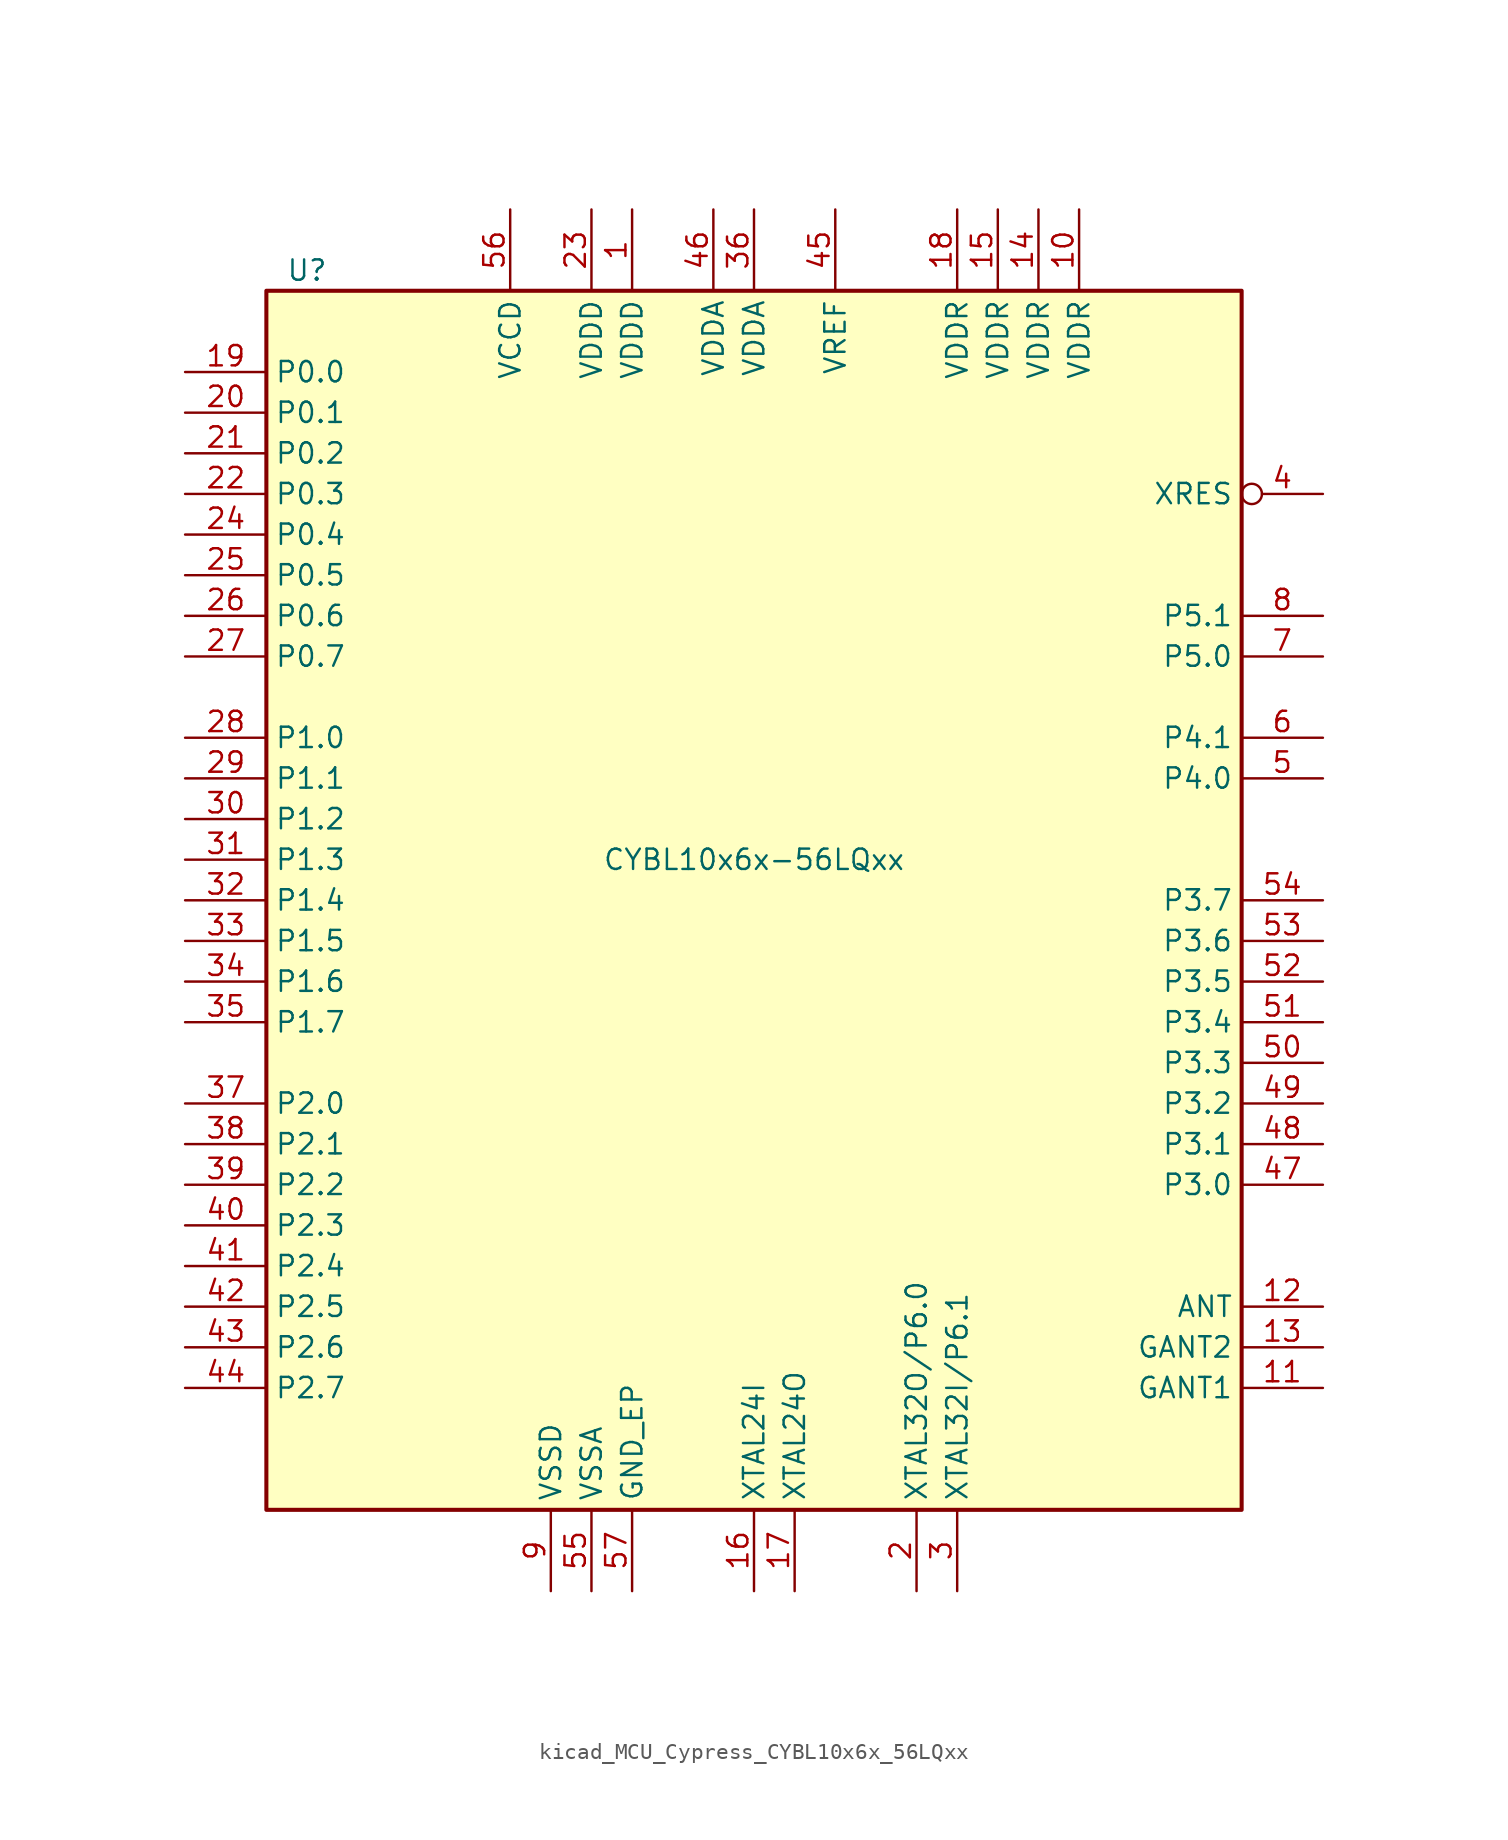
<source format=kicad_sym>
(kicad_symbol_lib
  (version 20220914)
  (generator kicad_symbol_editor)
  (symbol "kicad_MCU_Cypress_CYBL10x6x_56LQxx"
    (property "Reference" "U"
      (at -27.94 39.37 0)
      (effects (font (size 1.27 1.27))))
    (property "Value" "CYBL10x6x-56LQxx"
      (at 0 2.54 0)
      (effects (font (size 1.27 1.27))))
    (symbol "kicad_MCU_Cypress_CYBL10x6x_56LQxx_1_0"
      (rectangle (start -30.48 -38.1) (end 30.48 38.1) (stroke (width 0.254) (type default)) (fill (type background))))
    (symbol "kicad_MCU_Cypress_CYBL10x6x_56LQxx_1_1"
      (pin power_in line (at -7.62 43.18 270) (length 5.08) (name "VDDD" (effects (font (size 1.27 1.27)))) (number "1" (effects (font (size 1.27 1.27)))))
      (pin power_in line (at 20.32 43.18 270) (length 5.08) (name "VDDR" (effects (font (size 1.27 1.27)))) (number "10" (effects (font (size 1.27 1.27)))))
      (pin power_in line (at 35.56 -30.48 180) (length 5.08) (name "GANT1" (effects (font (size 1.27 1.27)))) (number "11" (effects (font (size 1.27 1.27)))))
      (pin output line (at 35.56 -25.4 180) (length 5.08) (name "ANT" (effects (font (size 1.27 1.27)))) (number "12" (effects (font (size 1.27 1.27)))))
      (pin power_in line (at 35.56 -27.94 180) (length 5.08) (name "GANT2" (effects (font (size 1.27 1.27)))) (number "13" (effects (font (size 1.27 1.27)))))
      (pin power_in line (at 17.78 43.18 270) (length 5.08) (name "VDDR" (effects (font (size 1.27 1.27)))) (number "14" (effects (font (size 1.27 1.27)))))
      (pin power_in line (at 15.24 43.18 270) (length 5.08) (name "VDDR" (effects (font (size 1.27 1.27)))) (number "15" (effects (font (size 1.27 1.27)))))
      (pin input line (at 0 -43.18 90) (length 5.08) (name "XTAL24I" (effects (font (size 1.27 1.27)))) (number "16" (effects (font (size 1.27 1.27)))))
      (pin output line (at 2.54 -43.18 90) (length 5.08) (name "XTAL24O" (effects (font (size 1.27 1.27)))) (number "17" (effects (font (size 1.27 1.27)))))
      (pin power_in line (at 12.7 43.18 270) (length 5.08) (name "VDDR" (effects (font (size 1.27 1.27)))) (number "18" (effects (font (size 1.27 1.27)))))
      (pin bidirectional line (at -35.56 33.02 0) (length 5.08) (name "P0.0" (effects (font (size 1.27 1.27)))) (number "19" (effects (font (size 1.27 1.27)))))
      (pin bidirectional line (at 10.16 -43.18 90) (length 5.08) (name "XTAL32O/P6.0" (effects (font (size 1.27 1.27)))) (number "2" (effects (font (size 1.27 1.27)))))
      (pin bidirectional line (at -35.56 30.48 0) (length 5.08) (name "P0.1" (effects (font (size 1.27 1.27)))) (number "20" (effects (font (size 1.27 1.27)))))
      (pin bidirectional line (at -35.56 27.94 0) (length 5.08) (name "P0.2" (effects (font (size 1.27 1.27)))) (number "21" (effects (font (size 1.27 1.27)))))
      (pin bidirectional line (at -35.56 25.4 0) (length 5.08) (name "P0.3" (effects (font (size 1.27 1.27)))) (number "22" (effects (font (size 1.27 1.27)))))
      (pin power_in line (at -10.16 43.18 270) (length 5.08) (name "VDDD" (effects (font (size 1.27 1.27)))) (number "23" (effects (font (size 1.27 1.27)))))
      (pin bidirectional line (at -35.56 22.86 0) (length 5.08) (name "P0.4" (effects (font (size 1.27 1.27)))) (number "24" (effects (font (size 1.27 1.27)))))
      (pin bidirectional line (at -35.56 20.32 0) (length 5.08) (name "P0.5" (effects (font (size 1.27 1.27)))) (number "25" (effects (font (size 1.27 1.27)))))
      (pin bidirectional line (at -35.56 17.78 0) (length 5.08) (name "P0.6" (effects (font (size 1.27 1.27)))) (number "26" (effects (font (size 1.27 1.27)))))
      (pin bidirectional line (at -35.56 15.24 0) (length 5.08) (name "P0.7" (effects (font (size 1.27 1.27)))) (number "27" (effects (font (size 1.27 1.27)))))
      (pin bidirectional line (at -35.56 10.16 0) (length 5.08) (name "P1.0" (effects (font (size 1.27 1.27)))) (number "28" (effects (font (size 1.27 1.27)))))
      (pin bidirectional line (at -35.56 7.62 0) (length 5.08) (name "P1.1" (effects (font (size 1.27 1.27)))) (number "29" (effects (font (size 1.27 1.27)))))
      (pin bidirectional line (at 12.7 -43.18 90) (length 5.08) (name "XTAL32I/P6.1" (effects (font (size 1.27 1.27)))) (number "3" (effects (font (size 1.27 1.27)))))
      (pin bidirectional line (at -35.56 5.08 0) (length 5.08) (name "P1.2" (effects (font (size 1.27 1.27)))) (number "30" (effects (font (size 1.27 1.27)))))
      (pin bidirectional line (at -35.56 2.54 0) (length 5.08) (name "P1.3" (effects (font (size 1.27 1.27)))) (number "31" (effects (font (size 1.27 1.27)))))
      (pin bidirectional line (at -35.56 0 0) (length 5.08) (name "P1.4" (effects (font (size 1.27 1.27)))) (number "32" (effects (font (size 1.27 1.27)))))
      (pin bidirectional line (at -35.56 -2.54 0) (length 5.08) (name "P1.5" (effects (font (size 1.27 1.27)))) (number "33" (effects (font (size 1.27 1.27)))))
      (pin bidirectional line (at -35.56 -5.08 0) (length 5.08) (name "P1.6" (effects (font (size 1.27 1.27)))) (number "34" (effects (font (size 1.27 1.27)))))
      (pin bidirectional line (at -35.56 -7.62 0) (length 5.08) (name "P1.7" (effects (font (size 1.27 1.27)))) (number "35" (effects (font (size 1.27 1.27)))))
      (pin power_in line (at 0 43.18 270) (length 5.08) (name "VDDA" (effects (font (size 1.27 1.27)))) (number "36" (effects (font (size 1.27 1.27)))))
      (pin bidirectional line (at -35.56 -12.7 0) (length 5.08) (name "P2.0" (effects (font (size 1.27 1.27)))) (number "37" (effects (font (size 1.27 1.27)))))
      (pin bidirectional line (at -35.56 -15.24 0) (length 5.08) (name "P2.1" (effects (font (size 1.27 1.27)))) (number "38" (effects (font (size 1.27 1.27)))))
      (pin bidirectional line (at -35.56 -17.78 0) (length 5.08) (name "P2.2" (effects (font (size 1.27 1.27)))) (number "39" (effects (font (size 1.27 1.27)))))
      (pin input inverted (at 35.56 25.4 180) (length 5.08) (name "XRES" (effects (font (size 1.27 1.27)))) (number "4" (effects (font (size 1.27 1.27)))))
      (pin bidirectional line (at -35.56 -20.32 0) (length 5.08) (name "P2.3" (effects (font (size 1.27 1.27)))) (number "40" (effects (font (size 1.27 1.27)))))
      (pin bidirectional line (at -35.56 -22.86 0) (length 5.08) (name "P2.4" (effects (font (size 1.27 1.27)))) (number "41" (effects (font (size 1.27 1.27)))))
      (pin bidirectional line (at -35.56 -25.4 0) (length 5.08) (name "P2.5" (effects (font (size 1.27 1.27)))) (number "42" (effects (font (size 1.27 1.27)))))
      (pin bidirectional line (at -35.56 -27.94 0) (length 5.08) (name "P2.6" (effects (font (size 1.27 1.27)))) (number "43" (effects (font (size 1.27 1.27)))))
      (pin bidirectional line (at -35.56 -30.48 0) (length 5.08) (name "P2.7" (effects (font (size 1.27 1.27)))) (number "44" (effects (font (size 1.27 1.27)))))
      (pin passive line (at 5.08 43.18 270) (length 5.08) (name "VREF" (effects (font (size 1.27 1.27)))) (number "45" (effects (font (size 1.27 1.27)))))
      (pin power_in line (at -2.54 43.18 270) (length 5.08) (name "VDDA" (effects (font (size 1.27 1.27)))) (number "46" (effects (font (size 1.27 1.27)))))
      (pin bidirectional line (at 35.56 -17.78 180) (length 5.08) (name "P3.0" (effects (font (size 1.27 1.27)))) (number "47" (effects (font (size 1.27 1.27)))))
      (pin bidirectional line (at 35.56 -15.24 180) (length 5.08) (name "P3.1" (effects (font (size 1.27 1.27)))) (number "48" (effects (font (size 1.27 1.27)))))
      (pin bidirectional line (at 35.56 -12.7 180) (length 5.08) (name "P3.2" (effects (font (size 1.27 1.27)))) (number "49" (effects (font (size 1.27 1.27)))))
      (pin bidirectional line (at 35.56 7.62 180) (length 5.08) (name "P4.0" (effects (font (size 1.27 1.27)))) (number "5" (effects (font (size 1.27 1.27)))))
      (pin bidirectional line (at 35.56 -10.16 180) (length 5.08) (name "P3.3" (effects (font (size 1.27 1.27)))) (number "50" (effects (font (size 1.27 1.27)))))
      (pin bidirectional line (at 35.56 -7.62 180) (length 5.08) (name "P3.4" (effects (font (size 1.27 1.27)))) (number "51" (effects (font (size 1.27 1.27)))))
      (pin bidirectional line (at 35.56 -5.08 180) (length 5.08) (name "P3.5" (effects (font (size 1.27 1.27)))) (number "52" (effects (font (size 1.27 1.27)))))
      (pin bidirectional line (at 35.56 -2.54 180) (length 5.08) (name "P3.6" (effects (font (size 1.27 1.27)))) (number "53" (effects (font (size 1.27 1.27)))))
      (pin bidirectional line (at 35.56 0 180) (length 5.08) (name "P3.7" (effects (font (size 1.27 1.27)))) (number "54" (effects (font (size 1.27 1.27)))))
      (pin power_in line (at -10.16 -43.18 90) (length 5.08) (name "VSSA" (effects (font (size 1.27 1.27)))) (number "55" (effects (font (size 1.27 1.27)))))
      (pin power_out line (at -15.24 43.18 270) (length 5.08) (name "VCCD" (effects (font (size 1.27 1.27)))) (number "56" (effects (font (size 1.27 1.27)))))
      (pin power_in line (at -7.62 -43.18 90) (length 5.08) (name "GND_EP" (effects (font (size 1.27 1.27)))) (number "57" (effects (font (size 1.27 1.27)))))
      (pin bidirectional line (at 35.56 10.16 180) (length 5.08) (name "P4.1" (effects (font (size 1.27 1.27)))) (number "6" (effects (font (size 1.27 1.27)))))
      (pin bidirectional line (at 35.56 15.24 180) (length 5.08) (name "P5.0" (effects (font (size 1.27 1.27)))) (number "7" (effects (font (size 1.27 1.27)))))
      (pin bidirectional line (at 35.56 17.78 180) (length 5.08) (name "P5.1" (effects (font (size 1.27 1.27)))) (number "8" (effects (font (size 1.27 1.27)))))
      (pin power_in line (at -12.7 -43.18 90) (length 5.08) (name "VSSD" (effects (font (size 1.27 1.27)))) (number "9" (effects (font (size 1.27 1.27))))))))
</source>
